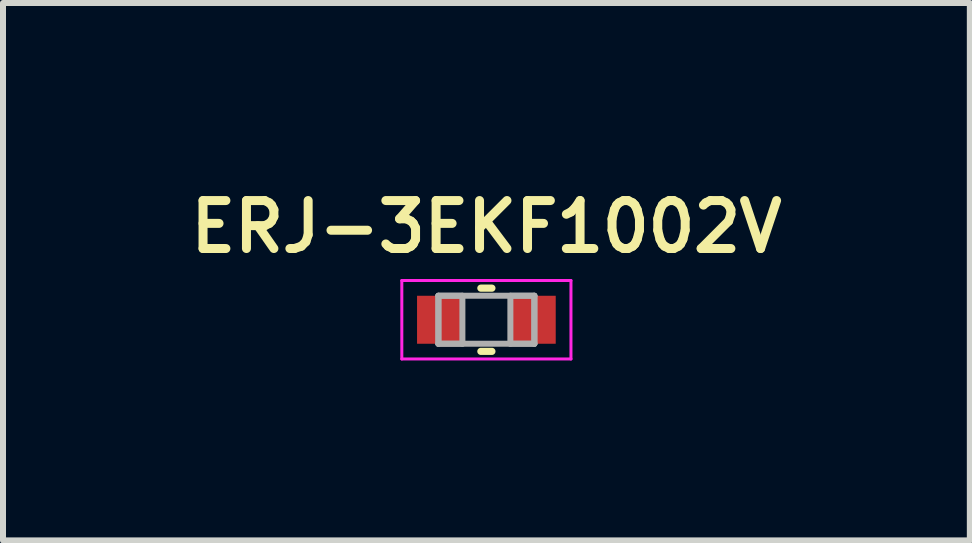
<source format=kicad_pcb>
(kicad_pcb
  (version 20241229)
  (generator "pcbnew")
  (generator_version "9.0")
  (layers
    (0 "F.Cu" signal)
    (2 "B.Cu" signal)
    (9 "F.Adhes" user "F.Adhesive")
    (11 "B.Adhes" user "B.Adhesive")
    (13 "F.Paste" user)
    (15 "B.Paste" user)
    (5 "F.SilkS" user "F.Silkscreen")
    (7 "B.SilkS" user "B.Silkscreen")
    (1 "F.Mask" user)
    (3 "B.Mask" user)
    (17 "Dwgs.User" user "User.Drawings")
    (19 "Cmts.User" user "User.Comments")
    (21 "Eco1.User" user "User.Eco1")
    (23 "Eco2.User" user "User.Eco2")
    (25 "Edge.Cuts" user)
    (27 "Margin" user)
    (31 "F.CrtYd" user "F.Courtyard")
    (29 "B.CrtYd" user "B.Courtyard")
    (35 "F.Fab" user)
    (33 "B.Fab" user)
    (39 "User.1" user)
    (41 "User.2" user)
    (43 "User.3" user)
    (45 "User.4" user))
  (footprint "ERJ-3EKF1002V"
    (layer "F.Cu")
    (at 5.059 2.281)
    (property "Reference" "ERJ-3EKF1002V" (at 0 -1.55 0) (layer "F.SilkS") (effects (font (size 0.8 0.8) (thickness 0.15))))
    (attr through_hole)
    (fp_line (start -0.092 0.527) (end 0.092 0.527) (stroke (width 0.12) (type solid)) (layer "F.SilkS"))
    (fp_line (start 0.092 -0.527) (end -0.092 -0.527) (stroke (width 0.12) (type solid)) (layer "F.SilkS"))
    (fp_line (start -1.41 -0.654) (end 1.41 -0.654) (stroke (width 0.05) (type solid)) (layer "F.CrtYd"))
    (fp_line (start -1.41 0.654) (end -1.41 -0.654) (stroke (width 0.05) (type solid)) (layer "F.CrtYd"))
    (fp_line (start 1.41 -0.654) (end 1.41 0.654) (stroke (width 0.05) (type solid)) (layer "F.CrtYd"))
    (fp_line (start 1.41 0.654) (end -1.41 0.654) (stroke (width 0.05) (type solid)) (layer "F.CrtYd"))
    (fp_line (start -0.8 -0.4) (end -0.8 0.4) (stroke (width 0.1) (type solid)) (layer "F.Fab"))
    (fp_line (start -0.8 -0.4) (end -0.8 0.4) (stroke (width 0.1) (type solid)) (layer "F.Fab"))
    (fp_line (start -0.8 0.4) (end -0.4 0.4) (stroke (width 0.1) (type solid)) (layer "F.Fab"))
    (fp_line (start -0.8 0.4) (end 0.8 0.4) (stroke (width 0.1) (type solid)) (layer "F.Fab"))
    (fp_line (start -0.4 -0.4) (end -0.8 -0.4) (stroke (width 0.1) (type solid)) (layer "F.Fab"))
    (fp_line (start -0.4 0.4) (end -0.4 -0.4) (stroke (width 0.1) (type solid)) (layer "F.Fab"))
    (fp_line (start 0.4 -0.4) (end 0.4 0.4) (stroke (width 0.1) (type solid)) (layer "F.Fab"))
    (fp_line (start 0.4 0.4) (end 0.8 0.4) (stroke (width 0.1) (type solid)) (layer "F.Fab"))
    (fp_line (start 0.8 -0.4) (end -0.8 -0.4) (stroke (width 0.1) (type solid)) (layer "F.Fab"))
    (fp_line (start 0.8 -0.4) (end 0.4 -0.4) (stroke (width 0.1) (type solid)) (layer "F.Fab"))
    (fp_line (start 0.8 0.4) (end 0.8 -0.4) (stroke (width 0.1) (type solid)) (layer "F.Fab"))
    (fp_line (start 0.8 0.4) (end 0.8 -0.4) (stroke (width 0.1) (type solid)) (layer "F.Fab"))
    (pad "1" smd rect (at -0.778 0) (size 0.756 0.8) (layers "F.Cu" "F.Mask" "F.Paste"))
    (pad "2" smd rect (at 0.778 0) (size 0.756 0.8) (layers "F.Cu" "F.Mask" "F.Paste")))
  (gr_rect
    (start -3 -3)
    (end 13.119 5.96)
    (stroke (width 0.1) (type default))
    (fill no)
    (layer "Edge.Cuts")))
</source>
